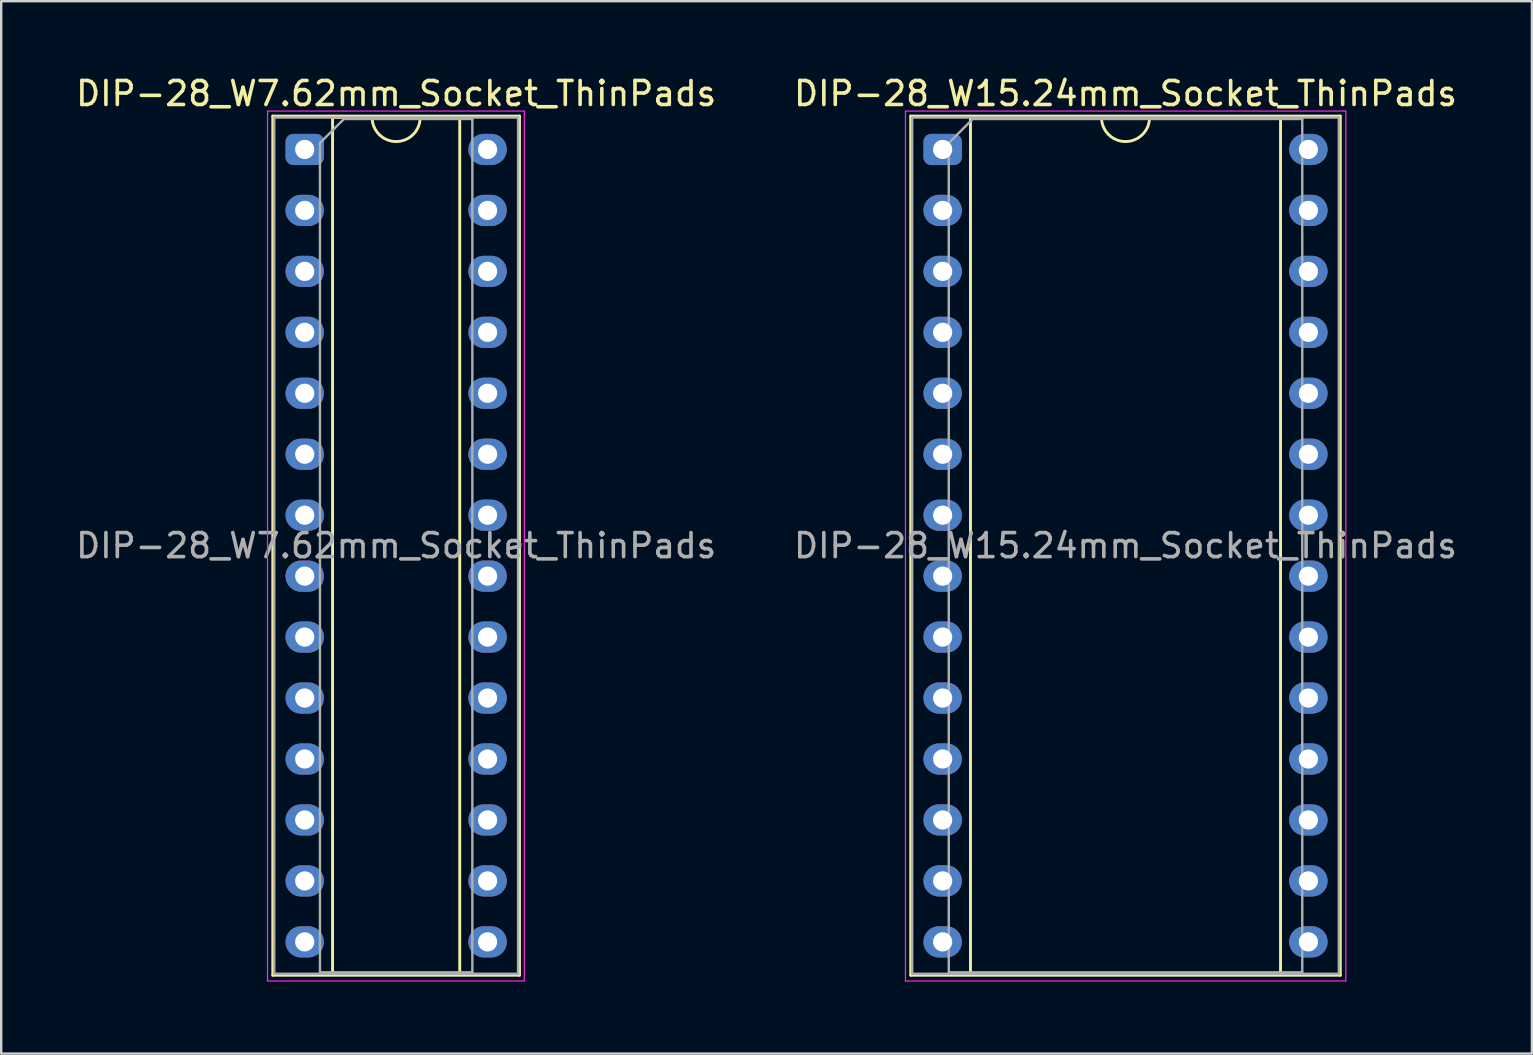
<source format=kicad_pcb>
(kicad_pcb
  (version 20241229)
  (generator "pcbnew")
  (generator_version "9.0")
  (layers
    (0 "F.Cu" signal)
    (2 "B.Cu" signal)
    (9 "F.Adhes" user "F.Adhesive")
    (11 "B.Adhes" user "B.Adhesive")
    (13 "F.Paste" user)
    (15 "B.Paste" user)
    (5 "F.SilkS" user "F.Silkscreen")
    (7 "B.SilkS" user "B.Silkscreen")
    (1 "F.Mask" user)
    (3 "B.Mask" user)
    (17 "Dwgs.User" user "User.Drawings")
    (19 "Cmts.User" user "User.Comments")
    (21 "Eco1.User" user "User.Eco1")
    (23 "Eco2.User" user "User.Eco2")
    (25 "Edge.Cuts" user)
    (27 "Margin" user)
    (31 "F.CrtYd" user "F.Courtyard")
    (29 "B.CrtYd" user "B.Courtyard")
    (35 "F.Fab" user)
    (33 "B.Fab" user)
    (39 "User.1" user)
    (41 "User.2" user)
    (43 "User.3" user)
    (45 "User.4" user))
  (footprint "DIP-28_W7.62mm_Socket_ThinPads"
    (layer "F.Cu")
    (at 9.648 3.178)
    (property "Reference" "DIP-28_W7.62mm_Socket_ThinPads" (at 3.81 -2.33 0) (layer "F.SilkS") (effects (font (size 1 1) (thickness 0.15))))
    (attr through_hole)
    (fp_line (start -1.33 -1.39) (end -1.33 34.41) (stroke (width 0.12) (type solid)) (layer "F.SilkS"))
    (fp_line (start -1.33 34.41) (end 8.95 34.41) (stroke (width 0.12) (type solid)) (layer "F.SilkS"))
    (fp_line (start 1.16 -1.33) (end 1.16 34.35) (stroke (width 0.12) (type solid)) (layer "F.SilkS"))
    (fp_line (start 1.16 34.35) (end 6.46 34.35) (stroke (width 0.12) (type solid)) (layer "F.SilkS"))
    (fp_line (start 2.81 -1.33) (end 1.16 -1.33) (stroke (width 0.12) (type solid)) (layer "F.SilkS"))
    (fp_line (start 6.46 -1.33) (end 4.81 -1.33) (stroke (width 0.12) (type solid)) (layer "F.SilkS"))
    (fp_line (start 6.46 34.35) (end 6.46 -1.33) (stroke (width 0.12) (type solid)) (layer "F.SilkS"))
    (fp_line (start 8.95 -1.39) (end -1.33 -1.39) (stroke (width 0.12) (type solid)) (layer "F.SilkS"))
    (fp_line (start 8.95 34.41) (end 8.95 -1.39) (stroke (width 0.12) (type solid)) (layer "F.SilkS"))
    (fp_arc (start 4.81 -1.33) (mid 3.81 -0.33) (end 2.81 -1.33) (stroke (width 0.12) (type solid)) (layer "F.SilkS"))
    (fp_line (start -1.55 -1.6) (end -1.55 34.65) (stroke (width 0.05) (type solid)) (layer "F.CrtYd"))
    (fp_line (start -1.55 34.65) (end 9.15 34.65) (stroke (width 0.05) (type solid)) (layer "F.CrtYd"))
    (fp_line (start 9.15 -1.6) (end -1.55 -1.6) (stroke (width 0.05) (type solid)) (layer "F.CrtYd"))
    (fp_line (start 9.15 34.65) (end 9.15 -1.6) (stroke (width 0.05) (type solid)) (layer "F.CrtYd"))
    (fp_line (start -1.27 -1.33) (end -1.27 34.35) (stroke (width 0.1) (type solid)) (layer "F.Fab"))
    (fp_line (start -1.27 34.35) (end 8.89 34.35) (stroke (width 0.1) (type solid)) (layer "F.Fab"))
    (fp_line (start 0.635 -0.27) (end 1.635 -1.27) (stroke (width 0.1) (type solid)) (layer "F.Fab"))
    (fp_line (start 0.635 34.29) (end 0.635 -0.27) (stroke (width 0.1) (type solid)) (layer "F.Fab"))
    (fp_line (start 1.635 -1.27) (end 6.985 -1.27) (stroke (width 0.1) (type solid)) (layer "F.Fab"))
    (fp_line (start 6.985 -1.27) (end 6.985 34.29) (stroke (width 0.1) (type solid)) (layer "F.Fab"))
    (fp_line (start 6.985 34.29) (end 0.635 34.29) (stroke (width 0.1) (type solid)) (layer "F.Fab"))
    (fp_line (start 8.89 -1.33) (end -1.27 -1.33) (stroke (width 0.1) (type solid)) (layer "F.Fab"))
    (fp_line (start 8.89 34.35) (end 8.89 -1.33) (stroke (width 0.1) (type solid)) (layer "F.Fab"))
    (fp_text user "${REFERENCE}" (at 3.81 16.51 0) (layer "F.Fab") (effects (font (size 1 1) (thickness 0.15))))
    (pad "1" thru_hole roundrect (at 0 0) (size 1.6 1.3) (drill 0.8) (layers "*.Cu" "*.Mask") (roundrect_rratio 0.25))
    (pad "2" thru_hole oval (at 0 2.54) (size 1.6 1.3) (drill 0.8) (layers "*.Cu" "*.Mask"))
    (pad "3" thru_hole oval (at 0 5.08) (size 1.6 1.3) (drill 0.8) (layers "*.Cu" "*.Mask"))
    (pad "4" thru_hole oval (at 0 7.62) (size 1.6 1.3) (drill 0.8) (layers "*.Cu" "*.Mask"))
    (pad "5" thru_hole oval (at 0 10.16) (size 1.6 1.3) (drill 0.8) (layers "*.Cu" "*.Mask"))
    (pad "6" thru_hole oval (at 0 12.7) (size 1.6 1.3) (drill 0.8) (layers "*.Cu" "*.Mask"))
    (pad "7" thru_hole oval (at 0 15.24) (size 1.6 1.3) (drill 0.8) (layers "*.Cu" "*.Mask"))
    (pad "8" thru_hole oval (at 0 17.78) (size 1.6 1.3) (drill 0.8) (layers "*.Cu" "*.Mask"))
    (pad "9" thru_hole oval (at 0 20.32) (size 1.6 1.3) (drill 0.8) (layers "*.Cu" "*.Mask"))
    (pad "10" thru_hole oval (at 0 22.86) (size 1.6 1.3) (drill 0.8) (layers "*.Cu" "*.Mask"))
    (pad "11" thru_hole oval (at 0 25.4) (size 1.6 1.3) (drill 0.8) (layers "*.Cu" "*.Mask"))
    (pad "12" thru_hole oval (at 0 27.94) (size 1.6 1.3) (drill 0.8) (layers "*.Cu" "*.Mask"))
    (pad "13" thru_hole oval (at 0 30.48) (size 1.6 1.3) (drill 0.8) (layers "*.Cu" "*.Mask"))
    (pad "14" thru_hole oval (at 0 33.02) (size 1.6 1.3) (drill 0.8) (layers "*.Cu" "*.Mask"))
    (pad "15" thru_hole oval (at 7.62 33.02) (size 1.6 1.3) (drill 0.8) (layers "*.Cu" "*.Mask"))
    (pad "16" thru_hole oval (at 7.62 30.48) (size 1.6 1.3) (drill 0.8) (layers "*.Cu" "*.Mask"))
    (pad "17" thru_hole oval (at 7.62 27.94) (size 1.6 1.3) (drill 0.8) (layers "*.Cu" "*.Mask"))
    (pad "18" thru_hole oval (at 7.62 25.4) (size 1.6 1.3) (drill 0.8) (layers "*.Cu" "*.Mask"))
    (pad "19" thru_hole oval (at 7.62 22.86) (size 1.6 1.3) (drill 0.8) (layers "*.Cu" "*.Mask"))
    (pad "20" thru_hole oval (at 7.62 20.32) (size 1.6 1.3) (drill 0.8) (layers "*.Cu" "*.Mask"))
    (pad "21" thru_hole oval (at 7.62 17.78) (size 1.6 1.3) (drill 0.8) (layers "*.Cu" "*.Mask"))
    (pad "22" thru_hole oval (at 7.62 15.24) (size 1.6 1.3) (drill 0.8) (layers "*.Cu" "*.Mask"))
    (pad "23" thru_hole oval (at 7.62 12.7) (size 1.6 1.3) (drill 0.8) (layers "*.Cu" "*.Mask"))
    (pad "24" thru_hole oval (at 7.62 10.16) (size 1.6 1.3) (drill 0.8) (layers "*.Cu" "*.Mask"))
    (pad "25" thru_hole oval (at 7.62 7.62) (size 1.6 1.3) (drill 0.8) (layers "*.Cu" "*.Mask"))
    (pad "26" thru_hole oval (at 7.62 5.08) (size 1.6 1.3) (drill 0.8) (layers "*.Cu" "*.Mask"))
    (pad "27" thru_hole oval (at 7.62 2.54) (size 1.6 1.3) (drill 0.8) (layers "*.Cu" "*.Mask"))
    (pad "28" thru_hole oval (at 7.62 0) (size 1.6 1.3) (drill 0.8) (layers "*.Cu" "*.Mask")))
  (footprint "DIP-28_W15.24mm_Socket_ThinPads"
    (layer "F.Cu")
    (at 36.231 3.178)
    (property "Reference" "DIP-28_W15.24mm_Socket_ThinPads" (at 7.62 -2.33 0) (layer "F.SilkS") (effects (font (size 1 1) (thickness 0.15))))
    (attr through_hole)
    (fp_line (start -1.33 -1.39) (end -1.33 34.41) (stroke (width 0.12) (type solid)) (layer "F.SilkS"))
    (fp_line (start -1.33 34.41) (end 16.57 34.41) (stroke (width 0.12) (type solid)) (layer "F.SilkS"))
    (fp_line (start 1.16 -1.33) (end 1.16 34.35) (stroke (width 0.12) (type solid)) (layer "F.SilkS"))
    (fp_line (start 1.16 34.35) (end 14.08 34.35) (stroke (width 0.12) (type solid)) (layer "F.SilkS"))
    (fp_line (start 6.62 -1.33) (end 1.16 -1.33) (stroke (width 0.12) (type solid)) (layer "F.SilkS"))
    (fp_line (start 14.08 -1.33) (end 8.62 -1.33) (stroke (width 0.12) (type solid)) (layer "F.SilkS"))
    (fp_line (start 14.08 34.35) (end 14.08 -1.33) (stroke (width 0.12) (type solid)) (layer "F.SilkS"))
    (fp_line (start 16.57 -1.39) (end -1.33 -1.39) (stroke (width 0.12) (type solid)) (layer "F.SilkS"))
    (fp_line (start 16.57 34.41) (end 16.57 -1.39) (stroke (width 0.12) (type solid)) (layer "F.SilkS"))
    (fp_arc (start 8.62 -1.33) (mid 7.62 -0.33) (end 6.62 -1.33) (stroke (width 0.12) (type solid)) (layer "F.SilkS"))
    (fp_line (start -1.55 -1.6) (end -1.55 34.65) (stroke (width 0.05) (type solid)) (layer "F.CrtYd"))
    (fp_line (start -1.55 34.65) (end 16.8 34.65) (stroke (width 0.05) (type solid)) (layer "F.CrtYd"))
    (fp_line (start 16.8 -1.6) (end -1.55 -1.6) (stroke (width 0.05) (type solid)) (layer "F.CrtYd"))
    (fp_line (start 16.8 34.65) (end 16.8 -1.6) (stroke (width 0.05) (type solid)) (layer "F.CrtYd"))
    (fp_line (start -1.27 -1.33) (end -1.27 34.35) (stroke (width 0.1) (type solid)) (layer "F.Fab"))
    (fp_line (start -1.27 34.35) (end 16.51 34.35) (stroke (width 0.1) (type solid)) (layer "F.Fab"))
    (fp_line (start 0.255 -0.27) (end 1.255 -1.27) (stroke (width 0.1) (type solid)) (layer "F.Fab"))
    (fp_line (start 0.255 34.29) (end 0.255 -0.27) (stroke (width 0.1) (type solid)) (layer "F.Fab"))
    (fp_line (start 1.255 -1.27) (end 14.985 -1.27) (stroke (width 0.1) (type solid)) (layer "F.Fab"))
    (fp_line (start 14.985 -1.27) (end 14.985 34.29) (stroke (width 0.1) (type solid)) (layer "F.Fab"))
    (fp_line (start 14.985 34.29) (end 0.255 34.29) (stroke (width 0.1) (type solid)) (layer "F.Fab"))
    (fp_line (start 16.51 -1.33) (end -1.27 -1.33) (stroke (width 0.1) (type solid)) (layer "F.Fab"))
    (fp_line (start 16.51 34.35) (end 16.51 -1.33) (stroke (width 0.1) (type solid)) (layer "F.Fab"))
    (fp_text user "${REFERENCE}" (at 7.62 16.51 0) (layer "F.Fab") (effects (font (size 1 1) (thickness 0.15))))
    (pad "1" thru_hole roundrect (at 0 0) (size 1.6 1.3) (drill 0.8) (layers "*.Cu" "*.Mask") (roundrect_rratio 0.25))
    (pad "2" thru_hole oval (at 0 2.54) (size 1.6 1.3) (drill 0.8) (layers "*.Cu" "*.Mask"))
    (pad "3" thru_hole oval (at 0 5.08) (size 1.6 1.3) (drill 0.8) (layers "*.Cu" "*.Mask"))
    (pad "4" thru_hole oval (at 0 7.62) (size 1.6 1.3) (drill 0.8) (layers "*.Cu" "*.Mask"))
    (pad "5" thru_hole oval (at 0 10.16) (size 1.6 1.3) (drill 0.8) (layers "*.Cu" "*.Mask"))
    (pad "6" thru_hole oval (at 0 12.7) (size 1.6 1.3) (drill 0.8) (layers "*.Cu" "*.Mask"))
    (pad "7" thru_hole oval (at 0 15.24) (size 1.6 1.3) (drill 0.8) (layers "*.Cu" "*.Mask"))
    (pad "8" thru_hole oval (at 0 17.78) (size 1.6 1.3) (drill 0.8) (layers "*.Cu" "*.Mask"))
    (pad "9" thru_hole oval (at 0 20.32) (size 1.6 1.3) (drill 0.8) (layers "*.Cu" "*.Mask"))
    (pad "10" thru_hole oval (at 0 22.86) (size 1.6 1.3) (drill 0.8) (layers "*.Cu" "*.Mask"))
    (pad "11" thru_hole oval (at 0 25.4) (size 1.6 1.3) (drill 0.8) (layers "*.Cu" "*.Mask"))
    (pad "12" thru_hole oval (at 0 27.94) (size 1.6 1.3) (drill 0.8) (layers "*.Cu" "*.Mask"))
    (pad "13" thru_hole oval (at 0 30.48) (size 1.6 1.3) (drill 0.8) (layers "*.Cu" "*.Mask"))
    (pad "14" thru_hole oval (at 0 33.02) (size 1.6 1.3) (drill 0.8) (layers "*.Cu" "*.Mask"))
    (pad "15" thru_hole oval (at 15.24 33.02) (size 1.6 1.3) (drill 0.8) (layers "*.Cu" "*.Mask"))
    (pad "16" thru_hole oval (at 15.24 30.48) (size 1.6 1.3) (drill 0.8) (layers "*.Cu" "*.Mask"))
    (pad "17" thru_hole oval (at 15.24 27.94) (size 1.6 1.3) (drill 0.8) (layers "*.Cu" "*.Mask"))
    (pad "18" thru_hole oval (at 15.24 25.4) (size 1.6 1.3) (drill 0.8) (layers "*.Cu" "*.Mask"))
    (pad "19" thru_hole oval (at 15.24 22.86) (size 1.6 1.3) (drill 0.8) (layers "*.Cu" "*.Mask"))
    (pad "20" thru_hole oval (at 15.24 20.32) (size 1.6 1.3) (drill 0.8) (layers "*.Cu" "*.Mask"))
    (pad "21" thru_hole oval (at 15.24 17.78) (size 1.6 1.3) (drill 0.8) (layers "*.Cu" "*.Mask"))
    (pad "22" thru_hole oval (at 15.24 15.24) (size 1.6 1.3) (drill 0.8) (layers "*.Cu" "*.Mask"))
    (pad "23" thru_hole oval (at 15.24 12.7) (size 1.6 1.3) (drill 0.8) (layers "*.Cu" "*.Mask"))
    (pad "24" thru_hole oval (at 15.24 10.16) (size 1.6 1.3) (drill 0.8) (layers "*.Cu" "*.Mask"))
    (pad "25" thru_hole oval (at 15.24 7.62) (size 1.6 1.3) (drill 0.8) (layers "*.Cu" "*.Mask"))
    (pad "26" thru_hole oval (at 15.24 5.08) (size 1.6 1.3) (drill 0.8) (layers "*.Cu" "*.Mask"))
    (pad "27" thru_hole oval (at 15.24 2.54) (size 1.6 1.3) (drill 0.8) (layers "*.Cu" "*.Mask"))
    (pad "28" thru_hole oval (at 15.24 0) (size 1.6 1.3) (drill 0.8) (layers "*.Cu" "*.Mask")))
  (gr_rect
    (start -3 -3)
    (end 60.786 40.853)
    (stroke (width 0.1) (type default))
    (fill no)
    (layer "Edge.Cuts")))
</source>
